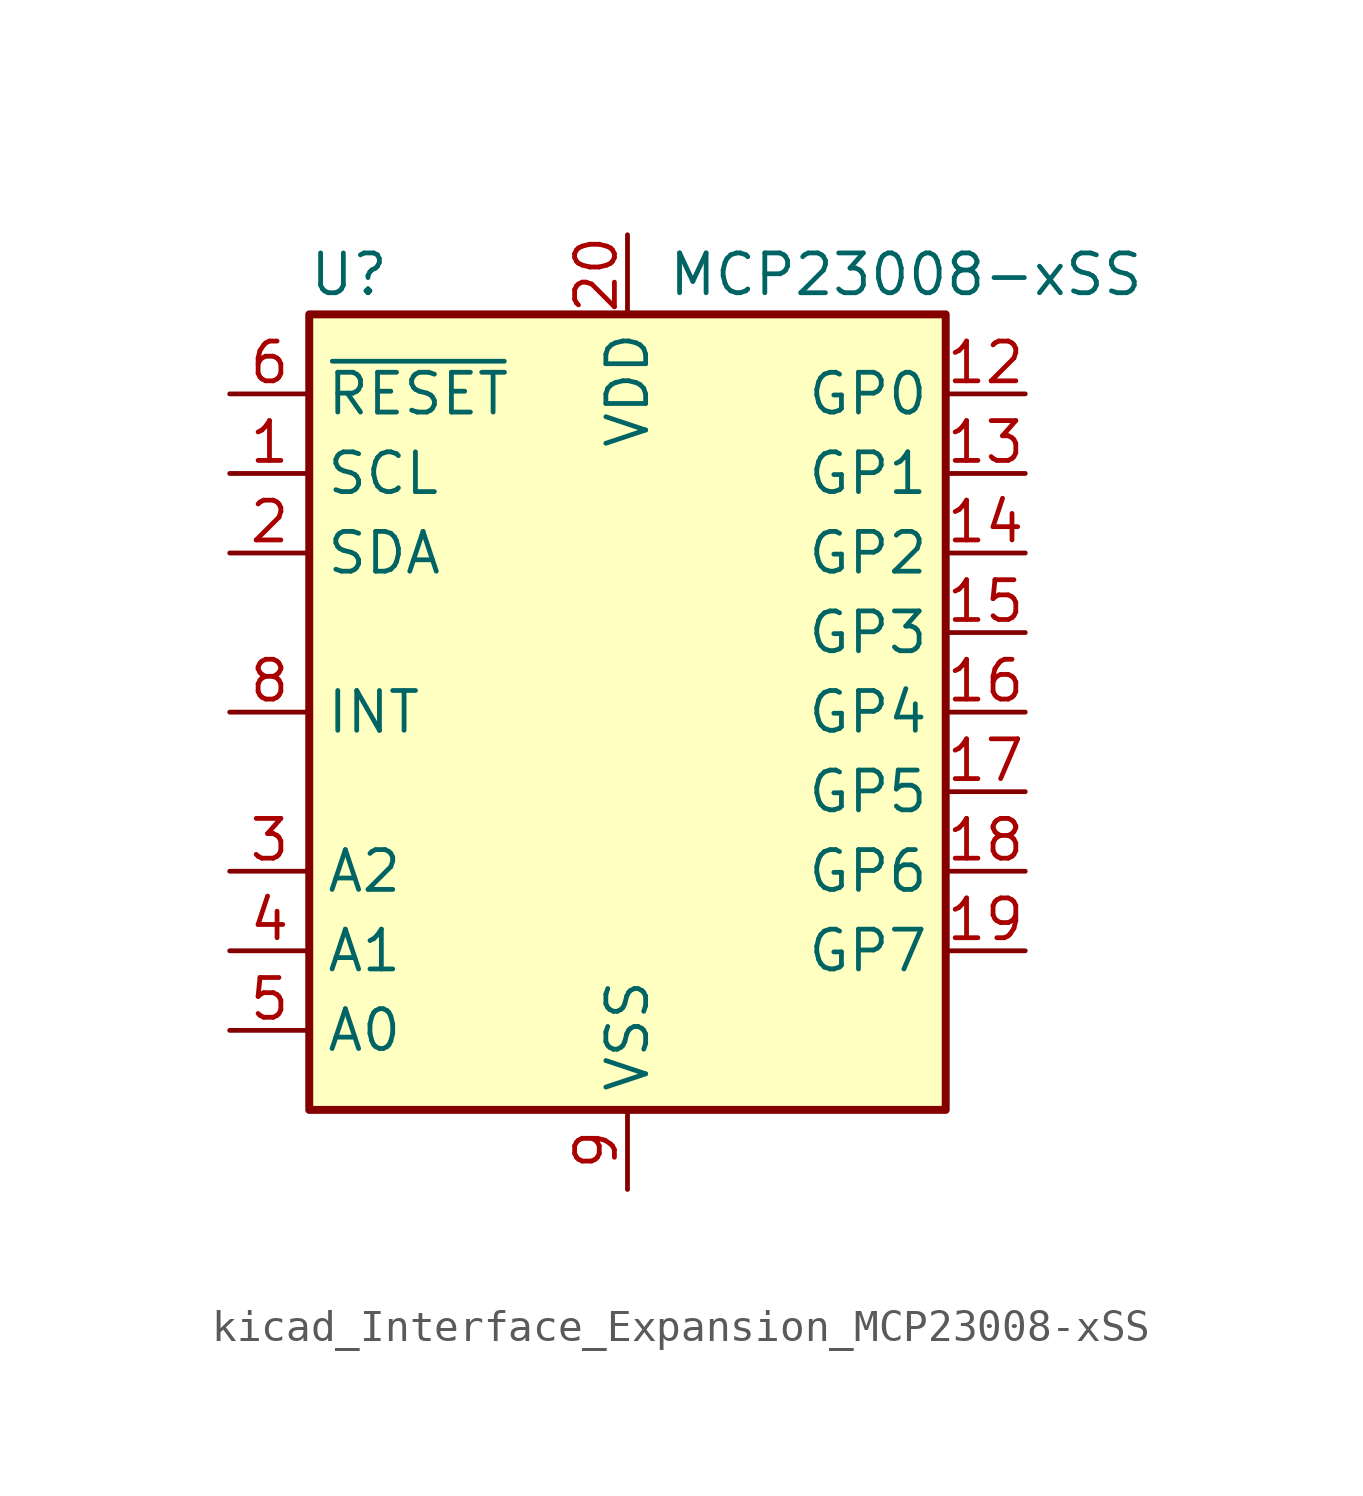
<source format=kicad_sym>
(kicad_symbol_lib
  (version 20220914)
  (generator kicad_symbol_editor)
  (symbol "kicad_Interface_Expansion_MCP23008-xSS"
    (property "Reference" "U"
      (at -8.89 13.97 0)
      (effects (font (size 1.27 1.27))))
    (property "Value" "MCP23008-xSS"
      (at 8.89 13.97 0)
      (effects (font (size 1.27 1.27))))
    (symbol "kicad_Interface_Expansion_MCP23008-xSS_0_1"
      (rectangle (start -10.16 12.7) (end 10.16 -12.7) (stroke (width 0.254) (type default)) (fill (type background))))
    (symbol "kicad_Interface_Expansion_MCP23008-xSS_1_1"
      (pin input line (at -12.7 7.62 0) (length 2.54) (name "SCL" (effects (font (size 1.27 1.27)))) (number "1" (effects (font (size 1.27 1.27)))))
      (pin no_connect line (at -10.16 -2.54 0) (length 2.54) hide (name "NC" (effects (font (size 1.27 1.27)))) (number "10" (effects (font (size 1.27 1.27)))))
      (pin no_connect line (at 10.16 -10.16 180) (length 2.54) hide (name "NC" (effects (font (size 1.27 1.27)))) (number "11" (effects (font (size 1.27 1.27)))))
      (pin bidirectional line (at 12.7 10.16 180) (length 2.54) (name "GP0" (effects (font (size 1.27 1.27)))) (number "12" (effects (font (size 1.27 1.27)))))
      (pin bidirectional line (at 12.7 7.62 180) (length 2.54) (name "GP1" (effects (font (size 1.27 1.27)))) (number "13" (effects (font (size 1.27 1.27)))))
      (pin bidirectional line (at 12.7 5.08 180) (length 2.54) (name "GP2" (effects (font (size 1.27 1.27)))) (number "14" (effects (font (size 1.27 1.27)))))
      (pin bidirectional line (at 12.7 2.54 180) (length 2.54) (name "GP3" (effects (font (size 1.27 1.27)))) (number "15" (effects (font (size 1.27 1.27)))))
      (pin bidirectional line (at 12.7 0 180) (length 2.54) (name "GP4" (effects (font (size 1.27 1.27)))) (number "16" (effects (font (size 1.27 1.27)))))
      (pin bidirectional line (at 12.7 -2.54 180) (length 2.54) (name "GP5" (effects (font (size 1.27 1.27)))) (number "17" (effects (font (size 1.27 1.27)))))
      (pin bidirectional line (at 12.7 -5.08 180) (length 2.54) (name "GP6" (effects (font (size 1.27 1.27)))) (number "18" (effects (font (size 1.27 1.27)))))
      (pin bidirectional line (at 12.7 -7.62 180) (length 2.54) (name "GP7" (effects (font (size 1.27 1.27)))) (number "19" (effects (font (size 1.27 1.27)))))
      (pin bidirectional line (at -12.7 5.08 0) (length 2.54) (name "SDA" (effects (font (size 1.27 1.27)))) (number "2" (effects (font (size 1.27 1.27)))))
      (pin power_in line (at 0 15.24 270) (length 2.54) (name "VDD" (effects (font (size 1.27 1.27)))) (number "20" (effects (font (size 1.27 1.27)))))
      (pin input line (at -12.7 -5.08 0) (length 2.54) (name "A2" (effects (font (size 1.27 1.27)))) (number "3" (effects (font (size 1.27 1.27)))))
      (pin input line (at -12.7 -7.62 0) (length 2.54) (name "A1" (effects (font (size 1.27 1.27)))) (number "4" (effects (font (size 1.27 1.27)))))
      (pin input line (at -12.7 -10.16 0) (length 2.54) (name "A0" (effects (font (size 1.27 1.27)))) (number "5" (effects (font (size 1.27 1.27)))))
      (pin input line (at -12.7 10.16 0) (length 2.54) (name "~{RESET}" (effects (font (size 1.27 1.27)))) (number "6" (effects (font (size 1.27 1.27)))))
      (pin no_connect line (at -10.16 2.54 0) (length 2.54) hide (name "NC" (effects (font (size 1.27 1.27)))) (number "7" (effects (font (size 1.27 1.27)))))
      (pin output line (at -12.7 0 0) (length 2.54) (name "INT" (effects (font (size 1.27 1.27)))) (number "8" (effects (font (size 1.27 1.27)))) (alternate "INT" open_collector line))
      (pin power_in line (at 0 -15.24 90) (length 2.54) (name "VSS" (effects (font (size 1.27 1.27)))) (number "9" (effects (font (size 1.27 1.27))))))))
</source>
